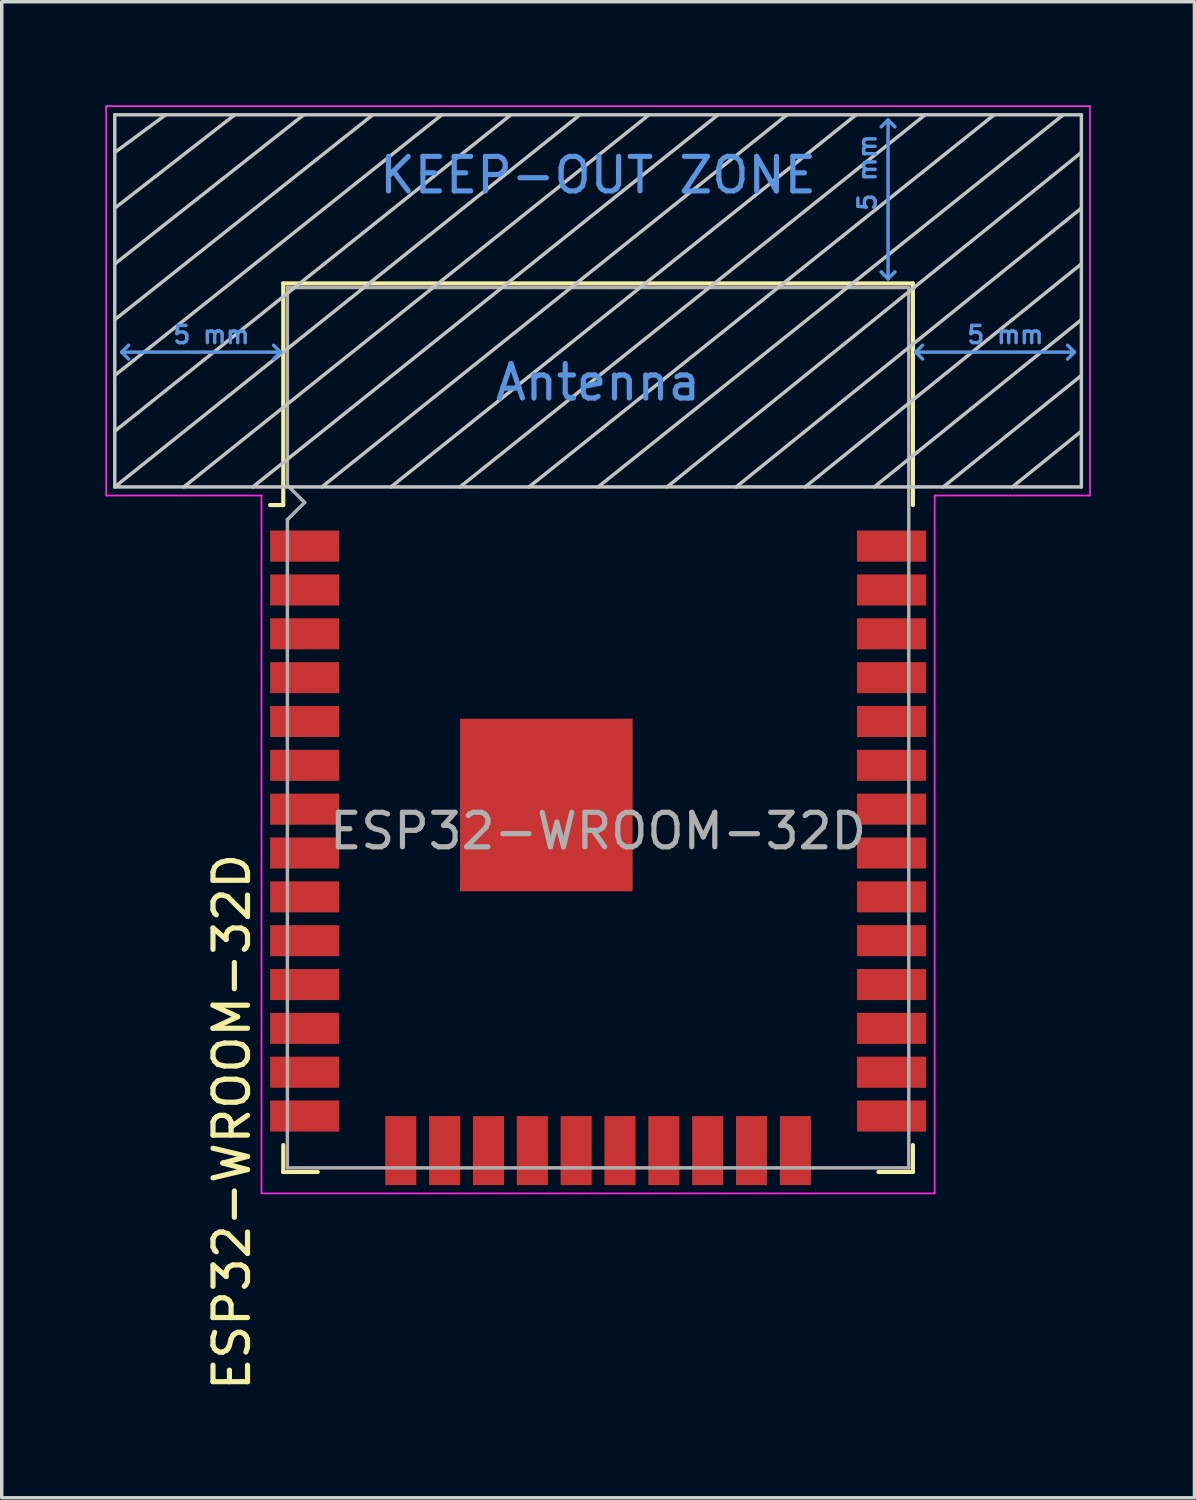
<source format=kicad_pcb>
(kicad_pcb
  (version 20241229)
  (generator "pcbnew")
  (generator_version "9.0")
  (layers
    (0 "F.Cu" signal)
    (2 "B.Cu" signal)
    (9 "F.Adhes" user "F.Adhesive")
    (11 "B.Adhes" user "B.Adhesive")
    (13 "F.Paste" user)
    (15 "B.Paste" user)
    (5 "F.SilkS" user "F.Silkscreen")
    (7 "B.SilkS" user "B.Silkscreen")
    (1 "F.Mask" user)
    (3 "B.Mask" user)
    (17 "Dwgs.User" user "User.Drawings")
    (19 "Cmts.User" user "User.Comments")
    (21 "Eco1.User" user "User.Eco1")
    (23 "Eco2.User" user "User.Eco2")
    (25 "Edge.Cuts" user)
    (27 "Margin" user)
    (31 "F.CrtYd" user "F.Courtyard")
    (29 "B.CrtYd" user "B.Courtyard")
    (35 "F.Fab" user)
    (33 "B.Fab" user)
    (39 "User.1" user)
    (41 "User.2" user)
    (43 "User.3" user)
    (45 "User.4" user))
  (footprint "ESP32-WROOM-32D"
    (layer "F.Cu")
    (at 14.275 21.025)
    (property "Reference" "ESP32-WROOM-32D" (at -10.61 8.425 90) (layer "F.SilkS") (effects (font (size 1 1) (thickness 0.15))))
    (attr smd)
    (fp_line (start -9.12 -15.865) (end -9.12 -9.445) (stroke (width 0.12) (type solid)) (layer "F.SilkS"))
    (fp_line (start -9.12 -15.865) (end 9.12 -15.865) (stroke (width 0.12) (type solid)) (layer "F.SilkS"))
    (fp_line (start -9.12 -9.445) (end -9.5 -9.445) (stroke (width 0.12) (type solid)) (layer "F.SilkS"))
    (fp_line (start -9.12 9.095) (end -9.12 9.875) (stroke (width 0.12) (type solid)) (layer "F.SilkS"))
    (fp_line (start -9.12 9.875) (end -8.12 9.875) (stroke (width 0.12) (type solid)) (layer "F.SilkS"))
    (fp_line (start 9.12 -15.865) (end 9.12 -9.445) (stroke (width 0.12) (type solid)) (layer "F.SilkS"))
    (fp_line (start 9.12 9.095) (end 9.12 9.875) (stroke (width 0.12) (type solid)) (layer "F.SilkS"))
    (fp_line (start 9.12 9.875) (end 8.12 9.875) (stroke (width 0.12) (type solid)) (layer "F.SilkS"))
    (fp_line (start -14 -9.97) (end -14 -20.75) (stroke (width 0.1) (type solid)) (layer "Dwgs.User"))
    (fp_line (start -12.525 -20.75) (end -14 -19.66) (stroke (width 0.1) (type solid)) (layer "Dwgs.User"))
    (fp_line (start -10.525 -20.75) (end -14 -18.045) (stroke (width 0.1) (type solid)) (layer "Dwgs.User"))
    (fp_line (start -8.525 -20.75) (end -14 -16.43) (stroke (width 0.1) (type solid)) (layer "Dwgs.User"))
    (fp_line (start -8 -9.97) (end 5.475 -20.75) (stroke (width 0.1) (type solid)) (layer "Dwgs.User"))
    (fp_line (start -6.525 -20.75) (end -14 -14.815) (stroke (width 0.1) (type solid)) (layer "Dwgs.User"))
    (fp_line (start -4.525 -20.75) (end -14 -13.2) (stroke (width 0.1) (type solid)) (layer "Dwgs.User"))
    (fp_line (start -2.525 -20.75) (end -14 -11.585) (stroke (width 0.1) (type solid)) (layer "Dwgs.User"))
    (fp_line (start -0.525 -20.75) (end -14 -9.97) (stroke (width 0.1) (type solid)) (layer "Dwgs.User"))
    (fp_line (start 1.475 -20.75) (end -12 -9.97) (stroke (width 0.1) (type solid)) (layer "Dwgs.User"))
    (fp_line (start 3.475 -20.75) (end -10 -9.97) (stroke (width 0.1) (type solid)) (layer "Dwgs.User"))
    (fp_line (start 7.475 -20.75) (end -6 -9.97) (stroke (width 0.1) (type solid)) (layer "Dwgs.User"))
    (fp_line (start 9.475 -20.75) (end -4 -9.97) (stroke (width 0.1) (type solid)) (layer "Dwgs.User"))
    (fp_line (start 11.475 -20.75) (end -2 -9.97) (stroke (width 0.1) (type solid)) (layer "Dwgs.User"))
    (fp_line (start 13.475 -20.75) (end 0 -9.97) (stroke (width 0.1) (type solid)) (layer "Dwgs.User"))
    (fp_line (start 14 -20.75) (end -14 -20.75) (stroke (width 0.1) (type solid)) (layer "Dwgs.User"))
    (fp_line (start 14 -19.66) (end 2 -9.97) (stroke (width 0.1) (type solid)) (layer "Dwgs.User"))
    (fp_line (start 14 -18.045) (end 4 -9.97) (stroke (width 0.1) (type solid)) (layer "Dwgs.User"))
    (fp_line (start 14 -16.43) (end 6 -9.97) (stroke (width 0.1) (type solid)) (layer "Dwgs.User"))
    (fp_line (start 14 -14.815) (end 8 -9.97) (stroke (width 0.1) (type solid)) (layer "Dwgs.User"))
    (fp_line (start 14 -13.2) (end 10 -9.97) (stroke (width 0.1) (type solid)) (layer "Dwgs.User"))
    (fp_line (start 14 -11.585) (end 12 -9.97) (stroke (width 0.1) (type solid)) (layer "Dwgs.User"))
    (fp_line (start 14 -9.97) (end -14 -9.97) (stroke (width 0.1) (type solid)) (layer "Dwgs.User"))
    (fp_line (start 14 -9.97) (end 14 -20.75) (stroke (width 0.1) (type solid)) (layer "Dwgs.User"))
    (fp_line (start -13.8 -13.875) (end -13.6 -14.075) (stroke (width 0.1) (type solid)) (layer "Cmts.User"))
    (fp_line (start -13.8 -13.875) (end -13.6 -13.675) (stroke (width 0.1) (type solid)) (layer "Cmts.User"))
    (fp_line (start -13.8 -13.875) (end -9.2 -13.875) (stroke (width 0.1) (type solid)) (layer "Cmts.User"))
    (fp_line (start -9.2 -13.875) (end -9.4 -14.075) (stroke (width 0.1) (type solid)) (layer "Cmts.User"))
    (fp_line (start -9.2 -13.875) (end -9.4 -13.675) (stroke (width 0.1) (type solid)) (layer "Cmts.User"))
    (fp_line (start 8.4 -20.6) (end 8.2 -20.4) (stroke (width 0.1) (type solid)) (layer "Cmts.User"))
    (fp_line (start 8.4 -20.6) (end 8.6 -20.4) (stroke (width 0.1) (type solid)) (layer "Cmts.User"))
    (fp_line (start 8.4 -16) (end 8.2 -16.2) (stroke (width 0.1) (type solid)) (layer "Cmts.User"))
    (fp_line (start 8.4 -16) (end 8.4 -20.6) (stroke (width 0.1) (type solid)) (layer "Cmts.User"))
    (fp_line (start 8.4 -16) (end 8.6 -16.2) (stroke (width 0.1) (type solid)) (layer "Cmts.User"))
    (fp_line (start 9.2 -13.875) (end 9.4 -14.075) (stroke (width 0.1) (type solid)) (layer "Cmts.User"))
    (fp_line (start 9.2 -13.875) (end 9.4 -13.675) (stroke (width 0.1) (type solid)) (layer "Cmts.User"))
    (fp_line (start 9.2 -13.875) (end 13.8 -13.875) (stroke (width 0.1) (type solid)) (layer "Cmts.User"))
    (fp_line (start 13.8 -13.875) (end 13.6 -14.075) (stroke (width 0.1) (type solid)) (layer "Cmts.User"))
    (fp_line (start 13.8 -13.875) (end 13.6 -13.675) (stroke (width 0.1) (type solid)) (layer "Cmts.User"))
    (fp_line (start -14.25 -21) (end -14.25 -9.72) (stroke (width 0.05) (type solid)) (layer "F.CrtYd"))
    (fp_line (start -14.25 -21) (end 14.25 -21) (stroke (width 0.05) (type solid)) (layer "F.CrtYd"))
    (fp_line (start -14.25 -9.72) (end -9.75 -9.72) (stroke (width 0.05) (type solid)) (layer "F.CrtYd"))
    (fp_line (start -9.75 10.495) (end -9.75 -9.72) (stroke (width 0.05) (type solid)) (layer "F.CrtYd"))
    (fp_line (start -9.75 10.495) (end 9.75 10.495) (stroke (width 0.05) (type solid)) (layer "F.CrtYd"))
    (fp_line (start 9.75 -9.72) (end 9.75 10.495) (stroke (width 0.05) (type solid)) (layer "F.CrtYd"))
    (fp_line (start 9.75 -9.72) (end 14.25 -9.72) (stroke (width 0.05) (type solid)) (layer "F.CrtYd"))
    (fp_line (start 14.25 -21) (end 14.25 -9.72) (stroke (width 0.05) (type solid)) (layer "F.CrtYd"))
    (fp_line (start -9 -15.745) (end -9 -10.02) (stroke (width 0.1) (type solid)) (layer "F.Fab"))
    (fp_line (start -9 -15.745) (end 9 -15.745) (stroke (width 0.1) (type solid)) (layer "F.Fab"))
    (fp_line (start -9 -9.02) (end -9 9.755) (stroke (width 0.1) (type solid)) (layer "F.Fab"))
    (fp_line (start -9 -9.02) (end -8.5 -9.52) (stroke (width 0.1) (type solid)) (layer "F.Fab"))
    (fp_line (start -9 9.755) (end 9 9.755) (stroke (width 0.1) (type solid)) (layer "F.Fab"))
    (fp_line (start -8.5 -9.52) (end -9 -10.02) (stroke (width 0.1) (type solid)) (layer "F.Fab"))
    (fp_line (start 9 9.755) (end 9 -15.745) (stroke (width 0.1) (type solid)) (layer "F.Fab"))
    (fp_text user "Antenna" (at 0 -13 0) (layer "Cmts.User") (effects (font (size 1 1) (thickness 0.15))))
    (fp_text user "5 mm" (at -11.2 -14.375 0) (layer "Cmts.User") (effects (font (size 0.5 0.5) (thickness 0.1))))
    (fp_text user "KEEP-OUT ZONE" (at 0 -19 0) (layer "Cmts.User") (effects (font (size 1 1) (thickness 0.15))))
    (fp_text user "5 mm" (at 7.8 -19.075 90) (layer "Cmts.User") (effects (font (size 0.5 0.5) (thickness 0.1))))
    (fp_text user "5 mm" (at 11.8 -14.375 0) (layer "Cmts.User") (effects (font (size 0.5 0.5) (thickness 0.1))))
    (fp_text user "${REFERENCE}" (at 0 0 0) (layer "F.Fab") (effects (font (size 1 1) (thickness 0.15))))
    (pad "1" smd rect (at -8.5 -8.255) (size 2 0.9) (layers "F.Cu" "F.Mask" "F.Paste"))
    (pad "2" smd rect (at -8.5 -6.985) (size 2 0.9) (layers "F.Cu" "F.Mask" "F.Paste"))
    (pad "3" smd rect (at -8.5 -5.715) (size 2 0.9) (layers "F.Cu" "F.Mask" "F.Paste"))
    (pad "4" smd rect (at -8.5 -4.445) (size 2 0.9) (layers "F.Cu" "F.Mask" "F.Paste"))
    (pad "5" smd rect (at -8.5 -3.175) (size 2 0.9) (layers "F.Cu" "F.Mask" "F.Paste"))
    (pad "6" smd rect (at -8.5 -1.905) (size 2 0.9) (layers "F.Cu" "F.Mask" "F.Paste"))
    (pad "7" smd rect (at -8.5 -0.635) (size 2 0.9) (layers "F.Cu" "F.Mask" "F.Paste"))
    (pad "8" smd rect (at -8.5 0.635) (size 2 0.9) (layers "F.Cu" "F.Mask" "F.Paste"))
    (pad "9" smd rect (at -8.5 1.905) (size 2 0.9) (layers "F.Cu" "F.Mask" "F.Paste"))
    (pad "10" smd rect (at -8.5 3.175) (size 2 0.9) (layers "F.Cu" "F.Mask" "F.Paste"))
    (pad "11" smd rect (at -8.5 4.445) (size 2 0.9) (layers "F.Cu" "F.Mask" "F.Paste"))
    (pad "12" smd rect (at -8.5 5.715) (size 2 0.9) (layers "F.Cu" "F.Mask" "F.Paste"))
    (pad "13" smd rect (at -8.5 6.985) (size 2 0.9) (layers "F.Cu" "F.Mask" "F.Paste"))
    (pad "14" smd rect (at -8.5 8.255) (size 2 0.9) (layers "F.Cu" "F.Mask" "F.Paste"))
    (pad "15" smd rect (at -5.715 9.255 270) (size 2 0.9) (layers "F.Cu" "F.Mask" "F.Paste"))
    (pad "16" smd rect (at -4.445 9.255 270) (size 2 0.9) (layers "F.Cu" "F.Mask" "F.Paste"))
    (pad "17" smd rect (at -3.175 9.255 270) (size 2 0.9) (layers "F.Cu" "F.Mask" "F.Paste"))
    (pad "18" smd rect (at -1.905 9.255 270) (size 2 0.9) (layers "F.Cu" "F.Mask" "F.Paste"))
    (pad "19" smd rect (at -0.635 9.255 270) (size 2 0.9) (layers "F.Cu" "F.Mask" "F.Paste"))
    (pad "20" smd rect (at 0.635 9.255 270) (size 2 0.9) (layers "F.Cu" "F.Mask" "F.Paste"))
    (pad "21" smd rect (at 1.905 9.255 270) (size 2 0.9) (layers "F.Cu" "F.Mask" "F.Paste"))
    (pad "22" smd rect (at 3.175 9.255 270) (size 2 0.9) (layers "F.Cu" "F.Mask" "F.Paste"))
    (pad "23" smd rect (at 4.445 9.255 270) (size 2 0.9) (layers "F.Cu" "F.Mask" "F.Paste"))
    (pad "24" smd rect (at 5.715 9.255 270) (size 2 0.9) (layers "F.Cu" "F.Mask" "F.Paste"))
    (pad "25" smd rect (at 8.5 8.255) (size 2 0.9) (layers "F.Cu" "F.Mask" "F.Paste"))
    (pad "26" smd rect (at 8.5 6.985) (size 2 0.9) (layers "F.Cu" "F.Mask" "F.Paste"))
    (pad "27" smd rect (at 8.5 5.715) (size 2 0.9) (layers "F.Cu" "F.Mask" "F.Paste"))
    (pad "28" smd rect (at 8.5 4.445) (size 2 0.9) (layers "F.Cu" "F.Mask" "F.Paste"))
    (pad "29" smd rect (at 8.5 3.175) (size 2 0.9) (layers "F.Cu" "F.Mask" "F.Paste"))
    (pad "30" smd rect (at 8.5 1.905) (size 2 0.9) (layers "F.Cu" "F.Mask" "F.Paste"))
    (pad "31" smd rect (at 8.5 0.635) (size 2 0.9) (layers "F.Cu" "F.Mask" "F.Paste"))
    (pad "32" smd rect (at 8.5 -0.635) (size 2 0.9) (layers "F.Cu" "F.Mask" "F.Paste"))
    (pad "33" smd rect (at 8.5 -1.905) (size 2 0.9) (layers "F.Cu" "F.Mask" "F.Paste"))
    (pad "34" smd rect (at 8.5 -3.175) (size 2 0.9) (layers "F.Cu" "F.Mask" "F.Paste"))
    (pad "35" smd rect (at 8.5 -4.445) (size 2 0.9) (layers "F.Cu" "F.Mask" "F.Paste"))
    (pad "36" smd rect (at 8.5 -5.715) (size 2 0.9) (layers "F.Cu" "F.Mask" "F.Paste"))
    (pad "37" smd rect (at 8.5 -6.985) (size 2 0.9) (layers "F.Cu" "F.Mask" "F.Paste"))
    (pad "38" smd rect (at 8.5 -8.255) (size 2 0.9) (layers "F.Cu" "F.Mask" "F.Paste"))
    (pad "39" smd rect (at -1.5 -0.755) (size 5 5) (layers "F.Cu" "F.Mask" "F.Paste")))
  (gr_rect
    (start -3 -3)
    (end 31.55 40.337)
    (stroke (width 0.1) (type default))
    (fill no)
    (layer "Edge.Cuts")))
</source>
